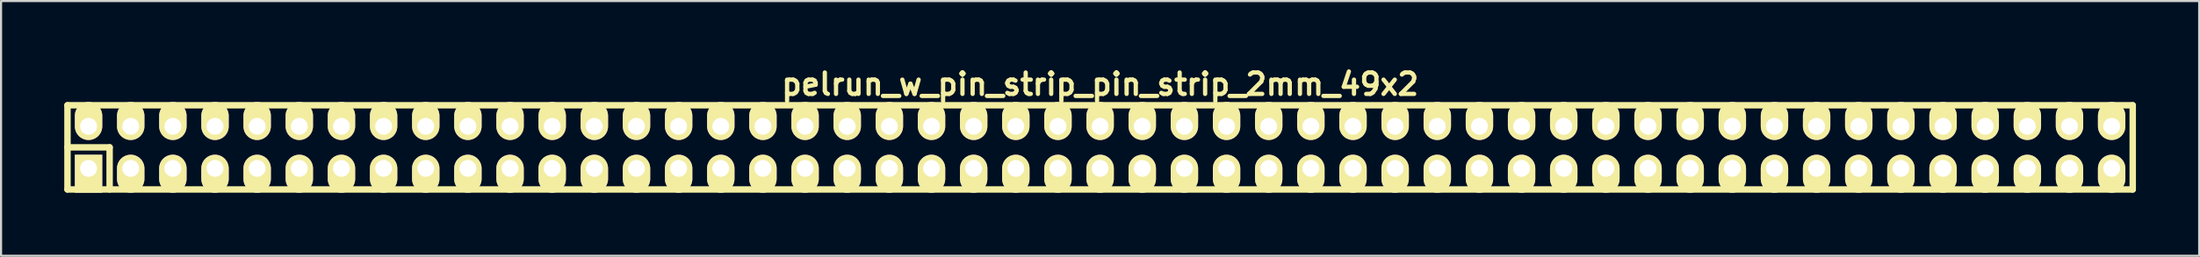
<source format=kicad_pcb>
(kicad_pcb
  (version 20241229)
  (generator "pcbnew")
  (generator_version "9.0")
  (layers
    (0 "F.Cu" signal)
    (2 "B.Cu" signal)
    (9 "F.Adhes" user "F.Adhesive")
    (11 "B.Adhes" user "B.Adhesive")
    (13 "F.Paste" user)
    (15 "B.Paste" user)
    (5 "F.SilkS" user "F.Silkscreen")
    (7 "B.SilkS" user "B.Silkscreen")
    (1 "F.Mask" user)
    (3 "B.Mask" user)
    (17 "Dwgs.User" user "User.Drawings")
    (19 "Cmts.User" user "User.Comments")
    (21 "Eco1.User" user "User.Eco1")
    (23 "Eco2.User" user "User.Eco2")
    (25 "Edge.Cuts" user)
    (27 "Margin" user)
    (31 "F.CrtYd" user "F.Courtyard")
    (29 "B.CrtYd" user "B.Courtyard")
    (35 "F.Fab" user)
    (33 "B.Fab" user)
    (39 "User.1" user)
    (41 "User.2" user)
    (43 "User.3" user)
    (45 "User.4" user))
  (footprint "pelrun_w_pin_strip_pin_strip_2mm_49x2"
    (layer "F.Cu")
    (at 49.152 3.951)
    (property "Reference" "pelrun_w_pin_strip_pin_strip_2mm_49x2" (at 0 -3 0) (layer "F.SilkS") (effects (font (size 1.016 1.016) (thickness 0.203))))
    (attr through_hole)
    (fp_line (start -49 -2) (end 49 -2) (stroke (width 0.305) (type solid)) (layer "F.SilkS"))
    (fp_line (start -49 0) (end -47 0) (stroke (width 0.305) (type solid)) (layer "F.SilkS"))
    (fp_line (start -49 2) (end -49 -2) (stroke (width 0.305) (type solid)) (layer "F.SilkS"))
    (fp_line (start -47 0) (end -47 2) (stroke (width 0.305) (type solid)) (layer "F.SilkS"))
    (fp_line (start 49 -2) (end 49 2) (stroke (width 0.305) (type solid)) (layer "F.SilkS"))
    (fp_line (start 49 2) (end -49 2) (stroke (width 0.305) (type solid)) (layer "F.SilkS"))
    (pad "1" thru_hole rect (at -48 1) (size 1.3 1.8) (drill 0.8 (offset 0 0.25)) (layers "*.Cu" "*.Mask" "F.SilkS"))
    (pad "2" thru_hole oval (at -48 -1) (size 1.3 1.8) (drill 0.8 (offset 0 -0.25)) (layers "*.Cu" "*.Mask" "F.SilkS"))
    (pad "3" thru_hole oval (at -46 1) (size 1.3 1.8) (drill 0.8 (offset 0 0.25)) (layers "*.Cu" "*.Mask" "F.SilkS"))
    (pad "4" thru_hole oval (at -46 -1) (size 1.3 1.8) (drill 0.8 (offset 0 -0.25)) (layers "*.Cu" "*.Mask" "F.SilkS"))
    (pad "5" thru_hole oval (at -44 1) (size 1.3 1.8) (drill 0.8 (offset 0 0.25)) (layers "*.Cu" "*.Mask" "F.SilkS"))
    (pad "6" thru_hole oval (at -44 -1) (size 1.3 1.8) (drill 0.8 (offset 0 -0.25)) (layers "*.Cu" "*.Mask" "F.SilkS"))
    (pad "7" thru_hole oval (at -42 1) (size 1.3 1.8) (drill 0.8 (offset 0 0.25)) (layers "*.Cu" "*.Mask" "F.SilkS"))
    (pad "8" thru_hole oval (at -42 -1) (size 1.3 1.8) (drill 0.8 (offset 0 -0.25)) (layers "*.Cu" "*.Mask" "F.SilkS"))
    (pad "9" thru_hole oval (at -40 1) (size 1.3 1.8) (drill 0.8 (offset 0 0.25)) (layers "*.Cu" "*.Mask" "F.SilkS"))
    (pad "10" thru_hole oval (at -40 -1) (size 1.3 1.8) (drill 0.8 (offset 0 -0.25)) (layers "*.Cu" "*.Mask" "F.SilkS"))
    (pad "11" thru_hole oval (at -38 1) (size 1.3 1.8) (drill 0.8 (offset 0 0.25)) (layers "*.Cu" "*.Mask" "F.SilkS"))
    (pad "12" thru_hole oval (at -38 -1) (size 1.3 1.8) (drill 0.8 (offset 0 -0.25)) (layers "*.Cu" "*.Mask" "F.SilkS"))
    (pad "13" thru_hole oval (at -36 1) (size 1.3 1.8) (drill 0.8 (offset 0 0.25)) (layers "*.Cu" "*.Mask" "F.SilkS"))
    (pad "14" thru_hole oval (at -36 -1) (size 1.3 1.8) (drill 0.8 (offset 0 -0.25)) (layers "*.Cu" "*.Mask" "F.SilkS"))
    (pad "15" thru_hole oval (at -34 1) (size 1.3 1.8) (drill 0.8 (offset 0 0.25)) (layers "*.Cu" "*.Mask" "F.SilkS"))
    (pad "16" thru_hole oval (at -34 -1) (size 1.3 1.8) (drill 0.8 (offset 0 -0.25)) (layers "*.Cu" "*.Mask" "F.SilkS"))
    (pad "17" thru_hole oval (at -32 1) (size 1.3 1.8) (drill 0.8 (offset 0 0.25)) (layers "*.Cu" "*.Mask" "F.SilkS"))
    (pad "18" thru_hole oval (at -32 -1) (size 1.3 1.8) (drill 0.8 (offset 0 -0.25)) (layers "*.Cu" "*.Mask" "F.SilkS"))
    (pad "19" thru_hole oval (at -30 1) (size 1.3 1.8) (drill 0.8 (offset 0 0.25)) (layers "*.Cu" "*.Mask" "F.SilkS"))
    (pad "20" thru_hole oval (at -30 -1) (size 1.3 1.8) (drill 0.8 (offset 0 -0.25)) (layers "*.Cu" "*.Mask" "F.SilkS"))
    (pad "21" thru_hole oval (at -28 1) (size 1.3 1.8) (drill 0.8 (offset 0 0.25)) (layers "*.Cu" "*.Mask" "F.SilkS"))
    (pad "22" thru_hole oval (at -28 -1) (size 1.3 1.8) (drill 0.8 (offset 0 -0.25)) (layers "*.Cu" "*.Mask" "F.SilkS"))
    (pad "23" thru_hole oval (at -26 1) (size 1.3 1.8) (drill 0.8 (offset 0 0.25)) (layers "*.Cu" "*.Mask" "F.SilkS"))
    (pad "24" thru_hole oval (at -26 -1) (size 1.3 1.8) (drill 0.8 (offset 0 -0.25)) (layers "*.Cu" "*.Mask" "F.SilkS"))
    (pad "25" thru_hole oval (at -24 1) (size 1.3 1.8) (drill 0.8 (offset 0 0.25)) (layers "*.Cu" "*.Mask" "F.SilkS"))
    (pad "26" thru_hole oval (at -24 -1) (size 1.3 1.8) (drill 0.8 (offset 0 -0.25)) (layers "*.Cu" "*.Mask" "F.SilkS"))
    (pad "27" thru_hole oval (at -22 1) (size 1.3 1.8) (drill 0.8 (offset 0 0.25)) (layers "*.Cu" "*.Mask" "F.SilkS"))
    (pad "28" thru_hole oval (at -22 -1) (size 1.3 1.8) (drill 0.8 (offset 0 -0.25)) (layers "*.Cu" "*.Mask" "F.SilkS"))
    (pad "29" thru_hole oval (at -20 1) (size 1.3 1.8) (drill 0.8 (offset 0 0.25)) (layers "*.Cu" "*.Mask" "F.SilkS"))
    (pad "30" thru_hole oval (at -20 -1) (size 1.3 1.8) (drill 0.8 (offset 0 -0.25)) (layers "*.Cu" "*.Mask" "F.SilkS"))
    (pad "31" thru_hole oval (at -18 1) (size 1.3 1.8) (drill 0.8 (offset 0 0.25)) (layers "*.Cu" "*.Mask" "F.SilkS"))
    (pad "32" thru_hole oval (at -18 -1) (size 1.3 1.8) (drill 0.8 (offset 0 -0.25)) (layers "*.Cu" "*.Mask" "F.SilkS"))
    (pad "33" thru_hole oval (at -16 1) (size 1.3 1.8) (drill 0.8 (offset 0 0.25)) (layers "*.Cu" "*.Mask" "F.SilkS"))
    (pad "34" thru_hole oval (at -16 -1) (size 1.3 1.8) (drill 0.8 (offset 0 -0.25)) (layers "*.Cu" "*.Mask" "F.SilkS"))
    (pad "35" thru_hole oval (at -14 1) (size 1.3 1.8) (drill 0.8 (offset 0 0.25)) (layers "*.Cu" "*.Mask" "F.SilkS"))
    (pad "36" thru_hole oval (at -14 -1) (size 1.3 1.8) (drill 0.8 (offset 0 -0.25)) (layers "*.Cu" "*.Mask" "F.SilkS"))
    (pad "37" thru_hole oval (at -12 1) (size 1.3 1.8) (drill 0.8 (offset 0 0.25)) (layers "*.Cu" "*.Mask" "F.SilkS"))
    (pad "38" thru_hole oval (at -12 -1) (size 1.3 1.8) (drill 0.8 (offset 0 -0.25)) (layers "*.Cu" "*.Mask" "F.SilkS"))
    (pad "39" thru_hole oval (at -10 1) (size 1.3 1.8) (drill 0.8 (offset 0 0.25)) (layers "*.Cu" "*.Mask" "F.SilkS"))
    (pad "40" thru_hole oval (at -10 -1) (size 1.3 1.8) (drill 0.8 (offset 0 -0.25)) (layers "*.Cu" "*.Mask" "F.SilkS"))
    (pad "41" thru_hole oval (at -8 1) (size 1.3 1.8) (drill 0.8 (offset 0 0.25)) (layers "*.Cu" "*.Mask" "F.SilkS"))
    (pad "42" thru_hole oval (at -8 -1) (size 1.3 1.8) (drill 0.8 (offset 0 -0.25)) (layers "*.Cu" "*.Mask" "F.SilkS"))
    (pad "43" thru_hole oval (at -6 1) (size 1.3 1.8) (drill 0.8 (offset 0 0.25)) (layers "*.Cu" "*.Mask" "F.SilkS"))
    (pad "44" thru_hole oval (at -6 -1) (size 1.3 1.8) (drill 0.8 (offset 0 -0.25)) (layers "*.Cu" "*.Mask" "F.SilkS"))
    (pad "45" thru_hole oval (at -4 1) (size 1.3 1.8) (drill 0.8 (offset 0 0.25)) (layers "*.Cu" "*.Mask" "F.SilkS"))
    (pad "46" thru_hole oval (at -4 -1) (size 1.3 1.8) (drill 0.8 (offset 0 -0.25)) (layers "*.Cu" "*.Mask" "F.SilkS"))
    (pad "47" thru_hole oval (at -2 1) (size 1.3 1.8) (drill 0.8 (offset 0 0.25)) (layers "*.Cu" "*.Mask" "F.SilkS"))
    (pad "48" thru_hole oval (at -2 -1) (size 1.3 1.8) (drill 0.8 (offset 0 -0.25)) (layers "*.Cu" "*.Mask" "F.SilkS"))
    (pad "49" thru_hole oval (at 0 1) (size 1.3 1.8) (drill 0.8 (offset 0 0.25)) (layers "*.Cu" "*.Mask" "F.SilkS"))
    (pad "50" thru_hole oval (at 0 -1) (size 1.3 1.8) (drill 0.8 (offset 0 -0.25)) (layers "*.Cu" "*.Mask" "F.SilkS"))
    (pad "51" thru_hole oval (at 2 1) (size 1.3 1.8) (drill 0.8 (offset 0 0.25)) (layers "*.Cu" "*.Mask" "F.SilkS"))
    (pad "52" thru_hole oval (at 2 -1) (size 1.3 1.8) (drill 0.8 (offset 0 -0.25)) (layers "*.Cu" "*.Mask" "F.SilkS"))
    (pad "53" thru_hole oval (at 4 1) (size 1.3 1.8) (drill 0.8 (offset 0 0.25)) (layers "*.Cu" "*.Mask" "F.SilkS"))
    (pad "54" thru_hole oval (at 4 -1) (size 1.3 1.8) (drill 0.8 (offset 0 -0.25)) (layers "*.Cu" "*.Mask" "F.SilkS"))
    (pad "55" thru_hole oval (at 6 1) (size 1.3 1.8) (drill 0.8 (offset 0 0.25)) (layers "*.Cu" "*.Mask" "F.SilkS"))
    (pad "56" thru_hole oval (at 6 -1) (size 1.3 1.8) (drill 0.8 (offset 0 -0.25)) (layers "*.Cu" "*.Mask" "F.SilkS"))
    (pad "57" thru_hole oval (at 8 1) (size 1.3 1.8) (drill 0.8 (offset 0 0.25)) (layers "*.Cu" "*.Mask" "F.SilkS"))
    (pad "58" thru_hole oval (at 8 -1) (size 1.3 1.8) (drill 0.8 (offset 0 -0.25)) (layers "*.Cu" "*.Mask" "F.SilkS"))
    (pad "59" thru_hole oval (at 10 1) (size 1.3 1.8) (drill 0.8 (offset 0 0.25)) (layers "*.Cu" "*.Mask" "F.SilkS"))
    (pad "60" thru_hole oval (at 10 -1) (size 1.3 1.8) (drill 0.8 (offset 0 -0.25)) (layers "*.Cu" "*.Mask" "F.SilkS"))
    (pad "61" thru_hole oval (at 12 1) (size 1.3 1.8) (drill 0.8 (offset 0 0.25)) (layers "*.Cu" "*.Mask" "F.SilkS"))
    (pad "62" thru_hole oval (at 12 -1) (size 1.3 1.8) (drill 0.8 (offset 0 -0.25)) (layers "*.Cu" "*.Mask" "F.SilkS"))
    (pad "63" thru_hole oval (at 14 1) (size 1.3 1.8) (drill 0.8 (offset 0 0.25)) (layers "*.Cu" "*.Mask" "F.SilkS"))
    (pad "64" thru_hole oval (at 14 -1) (size 1.3 1.8) (drill 0.8 (offset 0 -0.25)) (layers "*.Cu" "*.Mask" "F.SilkS"))
    (pad "65" thru_hole oval (at 16 1) (size 1.3 1.8) (drill 0.8 (offset 0 0.25)) (layers "*.Cu" "*.Mask" "F.SilkS"))
    (pad "66" thru_hole oval (at 16 -1) (size 1.3 1.8) (drill 0.8 (offset 0 -0.25)) (layers "*.Cu" "*.Mask" "F.SilkS"))
    (pad "67" thru_hole oval (at 18 1) (size 1.3 1.8) (drill 0.8 (offset 0 0.25)) (layers "*.Cu" "*.Mask" "F.SilkS"))
    (pad "68" thru_hole oval (at 18 -1) (size 1.3 1.8) (drill 0.8 (offset 0 -0.25)) (layers "*.Cu" "*.Mask" "F.SilkS"))
    (pad "69" thru_hole oval (at 20 1) (size 1.3 1.8) (drill 0.8 (offset 0 0.25)) (layers "*.Cu" "*.Mask" "F.SilkS"))
    (pad "70" thru_hole oval (at 20 -1) (size 1.3 1.8) (drill 0.8 (offset 0 -0.25)) (layers "*.Cu" "*.Mask" "F.SilkS"))
    (pad "71" thru_hole oval (at 22 1) (size 1.3 1.8) (drill 0.8 (offset 0 0.25)) (layers "*.Cu" "*.Mask" "F.SilkS"))
    (pad "72" thru_hole oval (at 22 -1) (size 1.3 1.8) (drill 0.8 (offset 0 -0.25)) (layers "*.Cu" "*.Mask" "F.SilkS"))
    (pad "73" thru_hole oval (at 24 1) (size 1.3 1.8) (drill 0.8 (offset 0 0.25)) (layers "*.Cu" "*.Mask" "F.SilkS"))
    (pad "74" thru_hole oval (at 24 -1) (size 1.3 1.8) (drill 0.8 (offset 0 -0.25)) (layers "*.Cu" "*.Mask" "F.SilkS"))
    (pad "75" thru_hole oval (at 26 1) (size 1.3 1.8) (drill 0.8 (offset 0 0.25)) (layers "*.Cu" "*.Mask" "F.SilkS"))
    (pad "76" thru_hole oval (at 26 -1) (size 1.3 1.8) (drill 0.8 (offset 0 -0.25)) (layers "*.Cu" "*.Mask" "F.SilkS"))
    (pad "77" thru_hole oval (at 28 1) (size 1.3 1.8) (drill 0.8 (offset 0 0.25)) (layers "*.Cu" "*.Mask" "F.SilkS"))
    (pad "78" thru_hole oval (at 28 -1) (size 1.3 1.8) (drill 0.8 (offset 0 -0.25)) (layers "*.Cu" "*.Mask" "F.SilkS"))
    (pad "79" thru_hole oval (at 30 1) (size 1.3 1.8) (drill 0.8 (offset 0 0.25)) (layers "*.Cu" "*.Mask" "F.SilkS"))
    (pad "80" thru_hole oval (at 30 -1) (size 1.3 1.8) (drill 0.8 (offset 0 -0.25)) (layers "*.Cu" "*.Mask" "F.SilkS"))
    (pad "81" thru_hole oval (at 32 1) (size 1.3 1.8) (drill 0.8 (offset 0 0.25)) (layers "*.Cu" "*.Mask" "F.SilkS"))
    (pad "82" thru_hole oval (at 32 -1) (size 1.3 1.8) (drill 0.8 (offset 0 -0.25)) (layers "*.Cu" "*.Mask" "F.SilkS"))
    (pad "83" thru_hole oval (at 34 1) (size 1.3 1.8) (drill 0.8 (offset 0 0.25)) (layers "*.Cu" "*.Mask" "F.SilkS"))
    (pad "84" thru_hole oval (at 34 -1) (size 1.3 1.8) (drill 0.8 (offset 0 -0.25)) (layers "*.Cu" "*.Mask" "F.SilkS"))
    (pad "85" thru_hole oval (at 36 1) (size 1.3 1.8) (drill 0.8 (offset 0 0.25)) (layers "*.Cu" "*.Mask" "F.SilkS"))
    (pad "86" thru_hole oval (at 36 -1) (size 1.3 1.8) (drill 0.8 (offset 0 -0.25)) (layers "*.Cu" "*.Mask" "F.SilkS"))
    (pad "87" thru_hole oval (at 38 1) (size 1.3 1.8) (drill 0.8 (offset 0 0.25)) (layers "*.Cu" "*.Mask" "F.SilkS"))
    (pad "88" thru_hole oval (at 38 -1) (size 1.3 1.8) (drill 0.8 (offset 0 -0.25)) (layers "*.Cu" "*.Mask" "F.SilkS"))
    (pad "89" thru_hole oval (at 40 1) (size 1.3 1.8) (drill 0.8 (offset 0 0.25)) (layers "*.Cu" "*.Mask" "F.SilkS"))
    (pad "90" thru_hole oval (at 40 -1) (size 1.3 1.8) (drill 0.8 (offset 0 -0.25)) (layers "*.Cu" "*.Mask" "F.SilkS"))
    (pad "91" thru_hole oval (at 42 1) (size 1.3 1.8) (drill 0.8 (offset 0 0.25)) (layers "*.Cu" "*.Mask" "F.SilkS"))
    (pad "92" thru_hole oval (at 42 -1) (size 1.3 1.8) (drill 0.8 (offset 0 -0.25)) (layers "*.Cu" "*.Mask" "F.SilkS"))
    (pad "93" thru_hole oval (at 44 1) (size 1.3 1.8) (drill 0.8 (offset 0 0.25)) (layers "*.Cu" "*.Mask" "F.SilkS"))
    (pad "94" thru_hole oval (at 44 -1) (size 1.3 1.8) (drill 0.8 (offset 0 -0.25)) (layers "*.Cu" "*.Mask" "F.SilkS"))
    (pad "95" thru_hole oval (at 46 1) (size 1.3 1.8) (drill 0.8 (offset 0 0.25)) (layers "*.Cu" "*.Mask" "F.SilkS"))
    (pad "96" thru_hole oval (at 46 -1) (size 1.3 1.8) (drill 0.8 (offset 0 -0.25)) (layers "*.Cu" "*.Mask" "F.SilkS"))
    (pad "97" thru_hole oval (at 48 1) (size 1.3 1.8) (drill 0.8 (offset 0 0.25)) (layers "*.Cu" "*.Mask" "F.SilkS"))
    (pad "98" thru_hole oval (at 48 -1) (size 1.3 1.8) (drill 0.8 (offset 0 -0.25)) (layers "*.Cu" "*.Mask" "F.SilkS")))
  (gr_rect
    (start -3 -3)
    (end 101.305 9.103)
    (stroke (width 0.1) (type default))
    (fill no)
    (layer "Edge.Cuts")))
</source>
